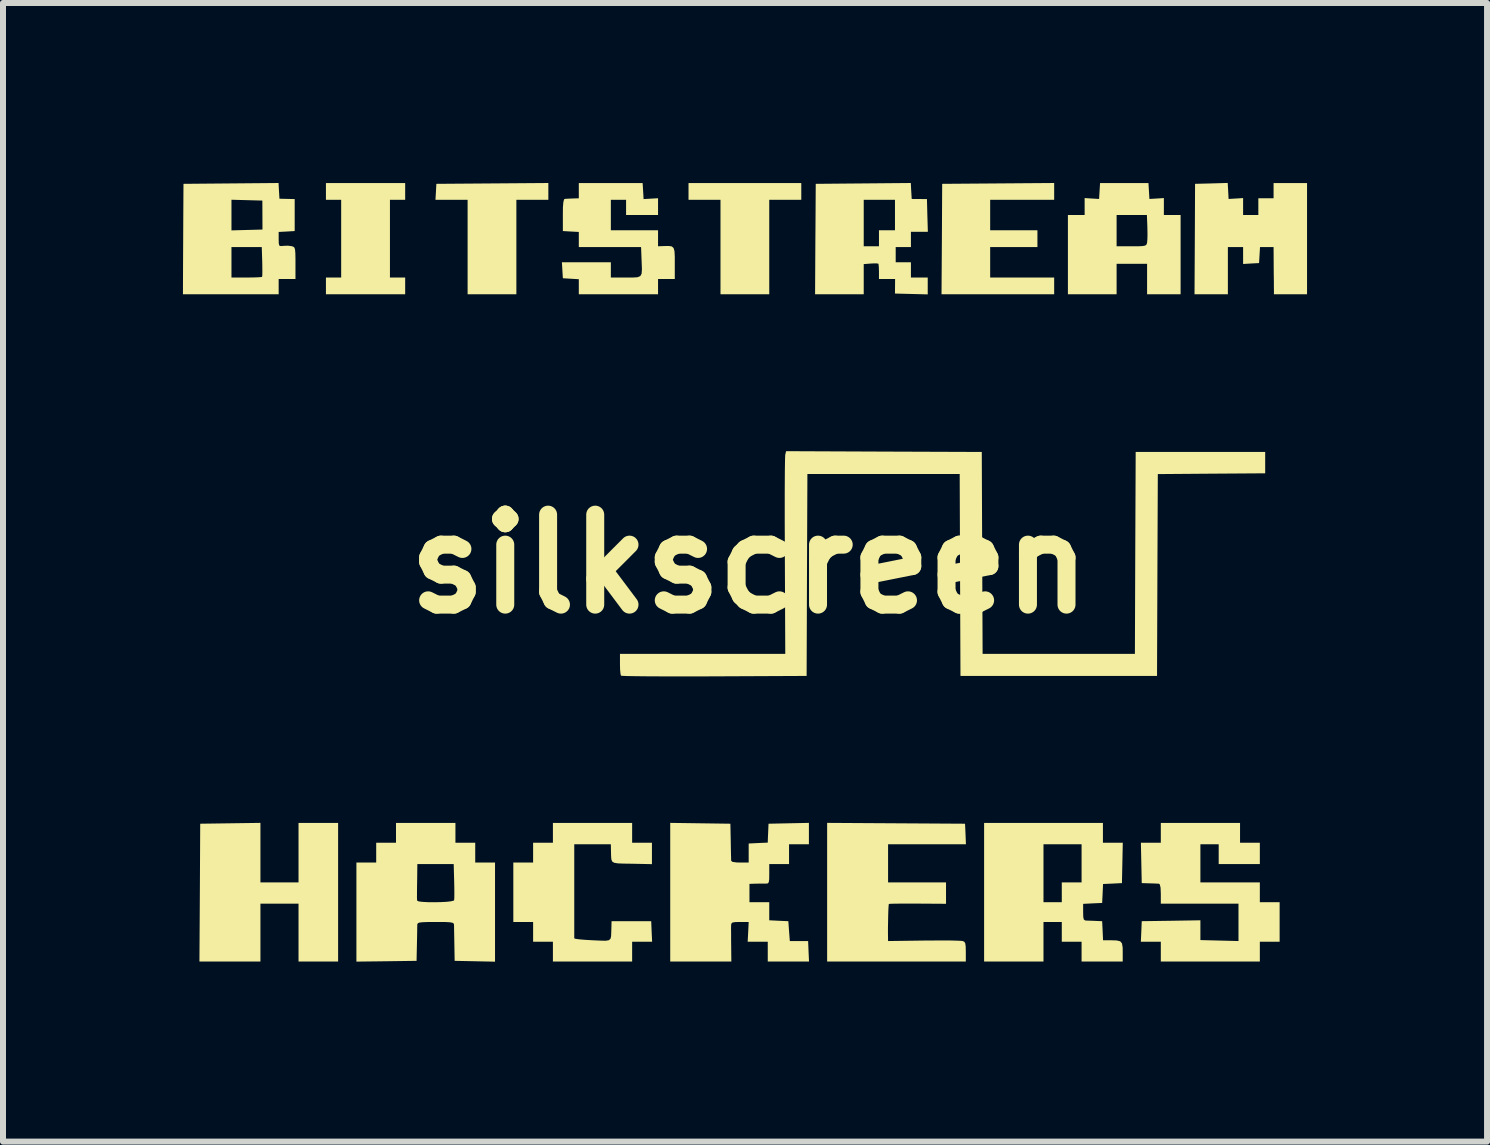
<source format=kicad_pcb>
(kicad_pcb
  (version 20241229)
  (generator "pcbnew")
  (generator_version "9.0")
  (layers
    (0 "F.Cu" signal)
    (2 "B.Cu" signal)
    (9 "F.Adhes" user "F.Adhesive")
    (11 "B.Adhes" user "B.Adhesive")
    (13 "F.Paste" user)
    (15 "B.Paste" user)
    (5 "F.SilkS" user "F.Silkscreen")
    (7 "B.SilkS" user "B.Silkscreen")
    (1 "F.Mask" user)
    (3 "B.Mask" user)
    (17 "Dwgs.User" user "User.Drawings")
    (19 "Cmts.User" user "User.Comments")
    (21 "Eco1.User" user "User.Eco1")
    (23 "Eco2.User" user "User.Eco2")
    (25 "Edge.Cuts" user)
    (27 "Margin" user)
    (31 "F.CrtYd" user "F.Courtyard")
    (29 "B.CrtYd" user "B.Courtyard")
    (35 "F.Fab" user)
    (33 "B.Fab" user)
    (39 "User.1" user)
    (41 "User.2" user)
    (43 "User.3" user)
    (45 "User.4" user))
  (footprint "silkscreen"
    (layer "F.Cu")
    (at 9.445 6.352)
    (property "Reference" "silkscreen" (at 0 0 0) (layer "F.SilkS") (effects (font (size 1.5 1.5) (thickness 0.3))))
    (attr board_only exclude_from_pos_files exclude_from_bom)
    (fp_poly (pts (xy -3.353 -6.211) (xy -3.353 -6.071) (xy -3.619 -6.071) (xy -3.886 -6.071) (xy -3.886 -5.283) (xy -3.886 -4.496) (xy -4.293 -4.496) (xy -4.699 -4.496) (xy -4.699 -5.283) (xy -4.699 -6.071) (xy -4.967 -6.071) (xy -5.235 -6.071) (xy -5.227 -6.204) (xy -5.22 -6.337) (xy -4.286 -6.344) (xy -3.353 -6.351)) (stroke (width 0) (type solid)) (fill yes) (layer "F.SilkS"))
    (fp_poly (pts (xy 0.864 -6.21) (xy 0.864 -6.071) (xy 0.597 -6.071) (xy 0.33 -6.071) (xy 0.33 -5.283) (xy 0.33 -4.496) (xy -0.076 -4.496) (xy -0.483 -4.496) (xy -0.483 -5.283) (xy -0.483 -6.071) (xy -0.749 -6.071) (xy -1.016 -6.071) (xy -1.016 -6.21) (xy -1.016 -6.35) (xy -0.076 -6.35) (xy 0.864 -6.35)) (stroke (width 0) (type solid)) (fill yes) (layer "F.SilkS"))
    (fp_poly (pts (xy -8.153 4.813) (xy -8.153 5.309) (xy -7.836 5.309) (xy -7.518 5.309) (xy -7.518 4.813) (xy -7.518 4.318) (xy -7.188 4.318) (xy -6.858 4.318) (xy -6.858 5.474) (xy -6.858 6.629) (xy -7.188 6.629) (xy -7.518 6.629) (xy -7.518 6.147) (xy -7.518 5.664) (xy -7.836 5.664) (xy -8.153 5.664) (xy -8.153 6.147) (xy -8.153 6.629) (xy -8.662 6.629) (xy -9.17 6.629) (xy -9.163 5.48) (xy -9.157 4.331) (xy -8.655 4.324) (xy -8.153 4.317)) (stroke (width 0) (type solid)) (fill yes) (layer "F.SilkS"))
    (fp_poly (pts (xy -5.74 -6.21) (xy -5.74 -6.071) (xy -5.867 -6.071) (xy -5.994 -6.071) (xy -5.994 -5.423) (xy -5.994 -4.775) (xy -5.867 -4.775) (xy -5.74 -4.775) (xy -5.74 -4.636) (xy -5.74 -4.496) (xy -6.401 -4.496) (xy -7.061 -4.496) (xy -7.061 -4.636) (xy -7.061 -4.775) (xy -6.934 -4.775) (xy -6.807 -4.775) (xy -6.807 -5.423) (xy -6.807 -6.071) (xy -6.934 -6.071) (xy -7.061 -6.071) (xy -7.061 -6.21) (xy -7.061 -6.35) (xy -6.401 -6.35) (xy -5.74 -6.35)) (stroke (width 0) (type solid)) (fill yes) (layer "F.SilkS"))
    (fp_poly (pts (xy 5.08 -6.211) (xy 5.08 -6.071) (xy 4.547 -6.071) (xy 4.013 -6.071) (xy 4.013 -5.817) (xy 4.013 -5.563) (xy 4.407 -5.563) (xy 4.801 -5.563) (xy 4.801 -5.423) (xy 4.801 -5.283) (xy 4.407 -5.283) (xy 4.013 -5.283) (xy 4.013 -5.029) (xy 4.013 -4.775) (xy 4.547 -4.775) (xy 5.08 -4.775) (xy 5.08 -4.636) (xy 5.08 -4.496) (xy 4.141 -4.496) (xy 3.202 -4.496) (xy 3.208 -5.417) (xy 3.213 -6.337) (xy 4.147 -6.344) (xy 5.08 -6.351)) (stroke (width 0) (type solid)) (fill yes) (layer "F.SilkS"))
    (fp_poly (pts (xy 2.445 4.324) (xy 3.594 4.331) (xy 3.602 4.502) (xy 3.609 4.674) (xy 2.96 4.674) (xy 2.311 4.674) (xy 2.311 4.991) (xy 2.311 5.309) (xy 2.794 5.309) (xy 3.277 5.309) (xy 3.277 5.487) (xy 3.277 5.666) (xy 2.805 5.663) (xy 2.655 5.663) (xy 2.524 5.663) (xy 2.42 5.664) (xy 2.35 5.666) (xy 2.324 5.669) (xy 2.32 5.696) (xy 2.316 5.762) (xy 2.313 5.854) (xy 2.311 5.96) (xy 2.309 6.068) (xy 2.309 6.166) (xy 2.31 6.223) (xy 2.311 6.287) (xy 2.902 6.279) (xy 3.073 6.278) (xy 3.23 6.277) (xy 3.364 6.278) (xy 3.468 6.281) (xy 3.533 6.284) (xy 3.55 6.286) (xy 3.581 6.298) (xy 3.598 6.325) (xy 3.605 6.377) (xy 3.607 6.465) (xy 3.607 6.629) (xy 2.451 6.629) (xy 1.295 6.629) (xy 1.295 5.473) (xy 1.295 4.317)) (stroke (width 0) (type solid)) (fill yes) (layer "F.SilkS"))
    (fp_poly (pts (xy 7.981 -6.218) (xy 7.988 -6.085) (xy 8.109 -6.092) (xy 8.23 -6.1) (xy 8.23 -5.958) (xy 8.23 -5.817) (xy 8.357 -5.817) (xy 8.484 -5.817) (xy 8.484 -5.956) (xy 8.484 -6.096) (xy 8.611 -6.096) (xy 8.738 -6.096) (xy 8.738 -6.223) (xy 8.738 -6.35) (xy 9.017 -6.35) (xy 9.296 -6.35) (xy 9.296 -5.423) (xy 9.296 -4.496) (xy 9.02 -4.496) (xy 8.744 -4.496) (xy 8.744 -4.566) (xy 8.743 -4.617) (xy 8.743 -4.708) (xy 8.741 -4.824) (xy 8.74 -4.953) (xy 8.74 -4.959) (xy 8.738 -5.283) (xy 8.625 -5.283) (xy 8.512 -5.283) (xy 8.504 -5.15) (xy 8.496 -5.016) (xy 8.363 -5.009) (xy 8.23 -5.001) (xy 8.23 -5.142) (xy 8.23 -5.283) (xy 8.103 -5.283) (xy 7.976 -5.283) (xy 7.976 -4.889) (xy 7.976 -4.496) (xy 7.698 -4.496) (xy 7.42 -4.496) (xy 7.425 -5.417) (xy 7.429 -6.337) (xy 7.701 -6.344) (xy 7.973 -6.352)) (stroke (width 0) (type solid)) (fill yes) (layer "F.SilkS"))
    (fp_poly (pts (xy 6.66 -6.217) (xy 6.668 -6.085) (xy 6.788 -6.092) (xy 6.909 -6.1) (xy 6.909 -5.958) (xy 6.909 -5.817) (xy 7.048 -5.817) (xy 7.188 -5.817) (xy 7.188 -5.156) (xy 7.188 -4.496) (xy 6.909 -4.496) (xy 6.629 -4.496) (xy 6.629 -4.75) (xy 6.629 -5.004) (xy 6.375 -5.004) (xy 6.121 -5.004) (xy 6.121 -4.75) (xy 6.121 -4.496) (xy 5.715 -4.496) (xy 5.309 -4.496) (xy 5.309 -5.156) (xy 5.309 -5.296) (xy 6.121 -5.296) (xy 6.369 -5.296) (xy 6.483 -5.296) (xy 6.556 -5.3) (xy 6.598 -5.308) (xy 6.618 -5.324) (xy 6.628 -5.349) (xy 6.629 -5.356) (xy 6.634 -5.41) (xy 6.636 -5.497) (xy 6.634 -5.6) (xy 6.634 -5.616) (xy 6.626 -5.817) (xy 6.373 -5.817) (xy 6.121 -5.817) (xy 6.121 -5.556) (xy 6.121 -5.296) (xy 5.309 -5.296) (xy 5.309 -5.817) (xy 5.448 -5.817) (xy 5.588 -5.817) (xy 5.588 -5.958) (xy 5.588 -6.1) (xy 5.709 -6.092) (xy 5.829 -6.085) (xy 5.837 -6.217) (xy 5.845 -6.35) (xy 6.248 -6.35) (xy 6.652 -6.35)) (stroke (width 0) (type solid)) (fill yes) (layer "F.SilkS"))
    (fp_poly (pts (xy 2.242 -1.873) (xy 3.873 -1.867) (xy 3.88 -0.184) (xy 3.887 1.499) (xy 5.156 1.499) (xy 6.426 1.499) (xy 6.432 -0.184) (xy 6.439 -1.867) (xy 7.518 -1.867) (xy 8.598 -1.867) (xy 8.598 -1.689) (xy 8.598 -1.511) (xy 7.703 -1.505) (xy 6.808 -1.498) (xy 6.801 0.184) (xy 6.795 1.867) (xy 5.156 1.867) (xy 3.518 1.867) (xy 3.511 0.184) (xy 3.505 -1.499) (xy 2.235 -1.499) (xy 0.966 -1.499) (xy 0.959 0.184) (xy 0.953 1.867) (xy -0.586 1.874) (xy -0.861 1.875) (xy -1.121 1.875) (xy -1.361 1.875) (xy -1.577 1.874) (xy -1.764 1.873) (xy -1.919 1.871) (xy -2.037 1.869) (xy -2.112 1.866) (xy -2.141 1.863) (xy -2.142 1.863) (xy -2.15 1.831) (xy -2.157 1.762) (xy -2.159 1.673) (xy -2.159 1.672) (xy -2.159 1.499) (xy -0.781 1.499) (xy 0.597 1.499) (xy 0.59 -0.133) (xy 0.589 -0.418) (xy 0.588 -0.689) (xy 0.588 -0.941) (xy 0.588 -1.17) (xy 0.589 -1.372) (xy 0.59 -1.543) (xy 0.592 -1.676) (xy 0.594 -1.77) (xy 0.596 -1.818) (xy 0.597 -1.823) (xy 0.611 -1.88)) (stroke (width 0) (type solid)) (fill yes) (layer "F.SilkS"))
    (fp_poly (pts (xy 2.697 -6.218) (xy 2.705 -6.085) (xy 2.832 -6.084) (xy 2.959 -6.083) (xy 2.966 -5.81) (xy 2.974 -5.537) (xy 2.833 -5.537) (xy 2.692 -5.537) (xy 2.692 -5.41) (xy 2.692 -5.283) (xy 2.565 -5.283) (xy 2.438 -5.283) (xy 2.438 -5.156) (xy 2.438 -5.029) (xy 2.565 -5.029) (xy 2.692 -5.029) (xy 2.692 -4.902) (xy 2.692 -4.775) (xy 2.832 -4.775) (xy 2.972 -4.775) (xy 2.972 -4.635) (xy 2.972 -4.494) (xy 2.699 -4.501) (xy 2.426 -4.508) (xy 2.427 -4.629) (xy 2.428 -4.75) (xy 2.293 -4.75) (xy 2.159 -4.75) (xy 2.159 -4.873) (xy 2.157 -4.946) (xy 2.152 -4.996) (xy 2.148 -5.006) (xy 2.118 -5.011) (xy 2.056 -5.01) (xy 2.021 -5.008) (xy 1.905 -4.999) (xy 1.905 -4.747) (xy 1.905 -4.496) (xy 1.499 -4.496) (xy 1.094 -4.496) (xy 1.099 -5.417) (xy 1.101 -5.683) (xy 1.905 -5.683) (xy 1.905 -5.296) (xy 2.032 -5.296) (xy 2.159 -5.296) (xy 2.159 -5.429) (xy 2.159 -5.563) (xy 2.292 -5.563) (xy 2.426 -5.563) (xy 2.426 -5.817) (xy 2.426 -6.071) (xy 2.165 -6.071) (xy 1.905 -6.071) (xy 1.905 -5.683) (xy 1.101 -5.683) (xy 1.105 -6.337) (xy 1.897 -6.344) (xy 2.69 -6.351)) (stroke (width 0) (type solid)) (fill yes) (layer "F.SilkS"))
    (fp_poly (pts (xy -7.844 -6.22) (xy -7.836 -6.089) (xy -7.709 -6.086) (xy -7.582 -6.083) (xy -7.582 -5.817) (xy -7.582 -5.55) (xy -7.715 -5.542) (xy -7.849 -5.535) (xy -7.849 -5.413) (xy -7.847 -5.341) (xy -7.837 -5.306) (xy -7.81 -5.299) (xy -7.773 -5.303) (xy -7.694 -5.306) (xy -7.633 -5.298) (xy -7.605 -5.289) (xy -7.586 -5.273) (xy -7.576 -5.24) (xy -7.571 -5.181) (xy -7.569 -5.086) (xy -7.569 -5.016) (xy -7.569 -4.75) (xy -7.709 -4.75) (xy -7.849 -4.75) (xy -7.849 -4.623) (xy -7.849 -4.496) (xy -8.647 -4.496) (xy -9.445 -4.496) (xy -9.443 -5.029) (xy -8.636 -5.029) (xy -8.636 -4.775) (xy -8.386 -4.775) (xy -8.279 -4.776) (xy -8.193 -4.779) (xy -8.138 -4.783) (xy -8.126 -4.786) (xy -8.122 -4.814) (xy -8.121 -4.881) (xy -8.122 -4.976) (xy -8.123 -5.04) (xy -8.131 -5.283) (xy -8.384 -5.283) (xy -8.636 -5.283) (xy -8.636 -5.029) (xy -9.443 -5.029) (xy -9.441 -5.417) (xy -9.439 -5.817) (xy -8.636 -5.817) (xy -8.636 -5.561) (xy -8.378 -5.568) (xy -8.119 -5.575) (xy -8.12 -5.817) (xy -8.121 -6.058) (xy -8.379 -6.065) (xy -8.636 -6.072) (xy -8.636 -5.817) (xy -9.439 -5.817) (xy -9.436 -6.337) (xy -8.644 -6.344) (xy -7.851 -6.351)) (stroke (width 0) (type solid)) (fill yes) (layer "F.SilkS"))
    (fp_poly (pts (xy 8.179 4.483) (xy 8.179 4.648) (xy 8.344 4.648) (xy 8.509 4.648) (xy 8.509 4.826) (xy 8.509 5.004) (xy 8.166 5.004) (xy 7.823 5.004) (xy 7.823 4.839) (xy 7.823 4.674) (xy 7.671 4.674) (xy 7.518 4.674) (xy 7.518 4.991) (xy 7.518 5.309) (xy 8.014 5.309) (xy 8.509 5.309) (xy 8.509 5.474) (xy 8.509 5.639) (xy 8.674 5.639) (xy 8.839 5.639) (xy 8.839 5.969) (xy 8.839 6.299) (xy 8.674 6.299) (xy 8.509 6.299) (xy 8.509 6.464) (xy 8.509 6.629) (xy 7.684 6.629) (xy 6.858 6.629) (xy 6.858 6.464) (xy 6.858 6.299) (xy 6.692 6.299) (xy 6.525 6.299) (xy 6.533 6.128) (xy 6.54 5.956) (xy 7.029 5.949) (xy 7.518 5.941) (xy 7.518 6.106) (xy 7.518 6.271) (xy 7.836 6.279) (xy 8.153 6.287) (xy 8.153 5.975) (xy 8.153 5.664) (xy 7.506 5.664) (xy 6.858 5.664) (xy 6.858 5.499) (xy 6.854 5.398) (xy 6.841 5.343) (xy 6.826 5.331) (xy 6.784 5.329) (xy 6.711 5.326) (xy 6.668 5.325) (xy 6.54 5.321) (xy 6.533 4.985) (xy 6.526 4.648) (xy 6.692 4.648) (xy 6.858 4.648) (xy 6.858 4.483) (xy 6.858 4.318) (xy 7.518 4.318) (xy 8.179 4.318)) (stroke (width 0) (type solid)) (fill yes) (layer "F.SilkS"))
    (fp_poly (pts (xy 5.893 4.483) (xy 5.893 4.648) (xy 6.059 4.648) (xy 6.224 4.648) (xy 6.217 4.985) (xy 6.21 5.321) (xy 6.053 5.329) (xy 5.895 5.336) (xy 5.888 5.494) (xy 5.88 5.652) (xy 5.721 5.659) (xy 5.563 5.667) (xy 5.563 5.805) (xy 5.565 5.885) (xy 5.574 5.927) (xy 5.596 5.943) (xy 5.62 5.946) (xy 5.683 5.948) (xy 5.765 5.951) (xy 5.779 5.952) (xy 5.88 5.956) (xy 5.888 6.115) (xy 5.895 6.274) (xy 6.019 6.274) (xy 6.12 6.277) (xy 6.181 6.291) (xy 6.211 6.328) (xy 6.222 6.396) (xy 6.223 6.467) (xy 6.223 6.629) (xy 5.88 6.629) (xy 5.537 6.629) (xy 5.537 6.464) (xy 5.537 6.299) (xy 5.372 6.299) (xy 5.207 6.299) (xy 5.207 6.134) (xy 5.207 5.969) (xy 5.055 5.969) (xy 4.902 5.969) (xy 4.902 6.299) (xy 4.902 6.629) (xy 4.407 6.629) (xy 3.912 6.629) (xy 3.912 5.474) (xy 3.912 5.156) (xy 4.902 5.156) (xy 4.902 5.639) (xy 5.055 5.639) (xy 5.207 5.639) (xy 5.207 5.474) (xy 5.207 5.309) (xy 5.372 5.309) (xy 5.537 5.309) (xy 5.537 4.991) (xy 5.537 4.674) (xy 5.22 4.674) (xy 4.902 4.674) (xy 4.902 5.156) (xy 3.912 5.156) (xy 3.912 4.318) (xy 4.902 4.318) (xy 5.893 4.318)) (stroke (width 0) (type solid)) (fill yes) (layer "F.SilkS"))
    (fp_poly (pts (xy -1.956 4.483) (xy -1.956 4.648) (xy -1.791 4.648) (xy -1.626 4.648) (xy -1.626 4.827) (xy -1.626 5.005) (xy -1.962 4.998) (xy -2.1 4.996) (xy -2.195 4.992) (xy -2.255 4.982) (xy -2.289 4.961) (xy -2.303 4.924) (xy -2.307 4.865) (xy -2.309 4.782) (xy -2.311 4.674) (xy -2.616 4.674) (xy -2.921 4.674) (xy -2.921 5.448) (xy -2.921 5.642) (xy -2.921 5.819) (xy -2.921 5.974) (xy -2.921 6.099) (xy -2.921 6.188) (xy -2.921 6.236) (xy -2.921 6.242) (xy -2.898 6.25) (xy -2.833 6.259) (xy -2.737 6.267) (xy -2.62 6.274) (xy -2.616 6.274) (xy -2.487 6.28) (xy -2.399 6.282) (xy -2.346 6.274) (xy -2.318 6.251) (xy -2.307 6.208) (xy -2.304 6.138) (xy -2.302 6.071) (xy -2.299 5.956) (xy -1.968 5.956) (xy -1.638 5.956) (xy -1.631 6.128) (xy -1.623 6.299) (xy -1.79 6.299) (xy -1.956 6.299) (xy -1.956 6.464) (xy -1.956 6.629) (xy -2.616 6.629) (xy -3.277 6.629) (xy -3.277 6.464) (xy -3.277 6.299) (xy -3.442 6.299) (xy -3.607 6.299) (xy -3.607 6.134) (xy -3.607 5.969) (xy -3.772 5.969) (xy -3.937 5.969) (xy -3.937 5.474) (xy -3.937 4.978) (xy -3.772 4.978) (xy -3.607 4.978) (xy -3.607 4.813) (xy -3.607 4.648) (xy -3.442 4.648) (xy -3.277 4.648) (xy -3.277 4.483) (xy -3.277 4.318) (xy -2.616 4.318) (xy -1.956 4.318)) (stroke (width 0) (type solid)) (fill yes) (layer "F.SilkS"))
    (fp_poly (pts (xy -1.773 -6.217) (xy -1.765 -6.083) (xy -1.645 -6.09) (xy -1.524 -6.097) (xy -1.524 -5.957) (xy -1.524 -5.817) (xy -1.791 -5.817) (xy -2.057 -5.817) (xy -2.057 -5.944) (xy -2.057 -6.071) (xy -2.184 -6.071) (xy -2.311 -6.071) (xy -2.311 -5.817) (xy -2.311 -5.563) (xy -1.918 -5.563) (xy -1.524 -5.563) (xy -1.524 -5.429) (xy -1.524 -5.296) (xy -1.418 -5.3) (xy -1.344 -5.301) (xy -1.294 -5.293) (xy -1.265 -5.267) (xy -1.25 -5.215) (xy -1.245 -5.127) (xy -1.245 -5.014) (xy -1.245 -4.75) (xy -1.384 -4.75) (xy -1.524 -4.75) (xy -1.524 -4.623) (xy -1.524 -4.496) (xy -2.184 -4.496) (xy -2.845 -4.496) (xy -2.845 -4.621) (xy -2.845 -4.747) (xy -2.978 -4.755) (xy -3.111 -4.763) (xy -3.119 -4.896) (xy -3.127 -5.029) (xy -2.719 -5.029) (xy -2.311 -5.029) (xy -2.311 -4.902) (xy -2.311 -4.775) (xy -2.059 -4.775) (xy -1.943 -4.775) (xy -1.866 -4.78) (xy -1.82 -4.799) (xy -1.798 -4.84) (xy -1.793 -4.913) (xy -1.797 -5.024) (xy -1.799 -5.07) (xy -1.807 -5.283) (xy -2.326 -5.283) (xy -2.845 -5.283) (xy -2.845 -5.409) (xy -2.845 -5.535) (xy -2.978 -5.542) (xy -3.111 -5.55) (xy -3.111 -5.817) (xy -3.11 -5.946) (xy -3.103 -6.03) (xy -3.092 -6.075) (xy -3.08 -6.086) (xy -3.035 -6.089) (xy -2.965 -6.092) (xy -2.946 -6.093) (xy -2.845 -6.096) (xy -2.845 -6.223) (xy -2.845 -6.35) (xy -2.313 -6.35) (xy -1.781 -6.35)) (stroke (width 0) (type solid)) (fill yes) (layer "F.SilkS"))
    (fp_poly (pts (xy -4.902 4.483) (xy -4.902 4.648) (xy -4.737 4.648) (xy -4.572 4.648) (xy -4.572 4.813) (xy -4.572 4.978) (xy -4.407 4.978) (xy -4.242 4.978) (xy -4.242 5.805) (xy -4.242 6.631) (xy -4.578 6.624) (xy -4.915 6.617) (xy -4.92 6.337) (xy -4.922 6.219) (xy -4.924 6.117) (xy -4.925 6.043) (xy -4.926 6.013) (xy -4.931 5.995) (xy -4.952 5.982) (xy -4.995 5.974) (xy -5.07 5.97) (xy -5.184 5.969) (xy -5.232 5.969) (xy -5.362 5.97) (xy -5.449 5.973) (xy -5.501 5.979) (xy -5.528 5.99) (xy -5.537 6.006) (xy -5.538 6.013) (xy -5.539 6.056) (xy -5.54 6.137) (xy -5.542 6.244) (xy -5.544 6.337) (xy -5.55 6.617) (xy -6.052 6.624) (xy -6.553 6.63) (xy -6.553 5.804) (xy -6.553 5.55) (xy -5.544 5.55) (xy -5.542 5.601) (xy -5.54 5.613) (xy -5.515 5.626) (xy -5.452 5.634) (xy -5.361 5.639) (xy -5.256 5.64) (xy -5.148 5.638) (xy -5.05 5.633) (xy -4.973 5.624) (xy -4.929 5.612) (xy -4.924 5.607) (xy -4.921 5.57) (xy -4.92 5.494) (xy -4.921 5.39) (xy -4.923 5.29) (xy -4.931 5.004) (xy -5.234 5.004) (xy -5.537 5.004) (xy -5.54 5.258) (xy -5.542 5.37) (xy -5.543 5.465) (xy -5.543 5.53) (xy -5.544 5.55) (xy -6.553 5.55) (xy -6.553 4.978) (xy -6.388 4.978) (xy -6.223 4.978) (xy -6.223 4.813) (xy -6.223 4.648) (xy -6.058 4.648) (xy -5.893 4.648) (xy -5.893 4.483) (xy -5.893 4.318) (xy -5.397 4.318) (xy -4.902 4.318)) (stroke (width 0) (type solid)) (fill yes) (layer "F.SilkS"))
    (fp_poly (pts (xy 0.991 4.495) (xy 0.991 4.674) (xy 0.826 4.674) (xy 0.66 4.674) (xy 0.66 4.839) (xy 0.66 5.004) (xy 0.495 5.004) (xy 0.33 5.004) (xy 0.33 5.168) (xy 0.329 5.256) (xy 0.322 5.305) (xy 0.307 5.326) (xy 0.278 5.329) (xy 0.273 5.329) (xy 0.211 5.329) (xy 0.128 5.33) (xy 0.108 5.33) (xy 0 5.334) (xy 0 5.486) (xy 0 5.639) (xy 0.165 5.639) (xy 0.33 5.639) (xy 0.33 5.79) (xy 0.33 5.941) (xy 0.489 5.949) (xy 0.648 5.956) (xy 0.66 6.121) (xy 0.673 6.287) (xy 0.826 6.287) (xy 0.978 6.287) (xy 0.985 6.458) (xy 0.993 6.629) (xy 0.649 6.629) (xy 0.305 6.629) (xy 0.305 6.464) (xy 0.305 6.299) (xy 0.138 6.299) (xy -0.03 6.299) (xy -0.021 6.134) (xy -0.013 5.969) (xy -0.159 5.969) (xy -0.241 5.971) (xy -0.285 5.979) (xy -0.303 5.999) (xy -0.306 6.026) (xy -0.307 6.075) (xy -0.306 6.16) (xy -0.306 6.27) (xy -0.305 6.356) (xy -0.302 6.629) (xy -0.811 6.629) (xy -1.321 6.629) (xy -1.321 5.473) (xy -1.321 4.317) (xy -0.819 4.324) (xy -0.318 4.331) (xy -0.312 4.623) (xy -0.31 4.742) (xy -0.308 4.843) (xy -0.306 4.916) (xy -0.306 4.947) (xy -0.283 4.967) (xy -0.213 4.977) (xy -0.159 4.978) (xy -0.013 4.978) (xy -0.013 4.82) (xy -0.013 4.661) (xy 0.146 4.653) (xy 0.305 4.646) (xy 0.308 4.552) (xy 0.312 4.469) (xy 0.315 4.397) (xy 0.315 4.394) (xy 0.318 4.331) (xy 0.654 4.324) (xy 0.991 4.317)) (stroke (width 0) (type solid)) (fill yes) (layer "F.SilkS")))
  (gr_rect
    (start -3 -3)
    (end 21.742 15.983)
    (stroke (width 0.1) (type default))
    (fill no)
    (layer "Edge.Cuts")))
</source>
